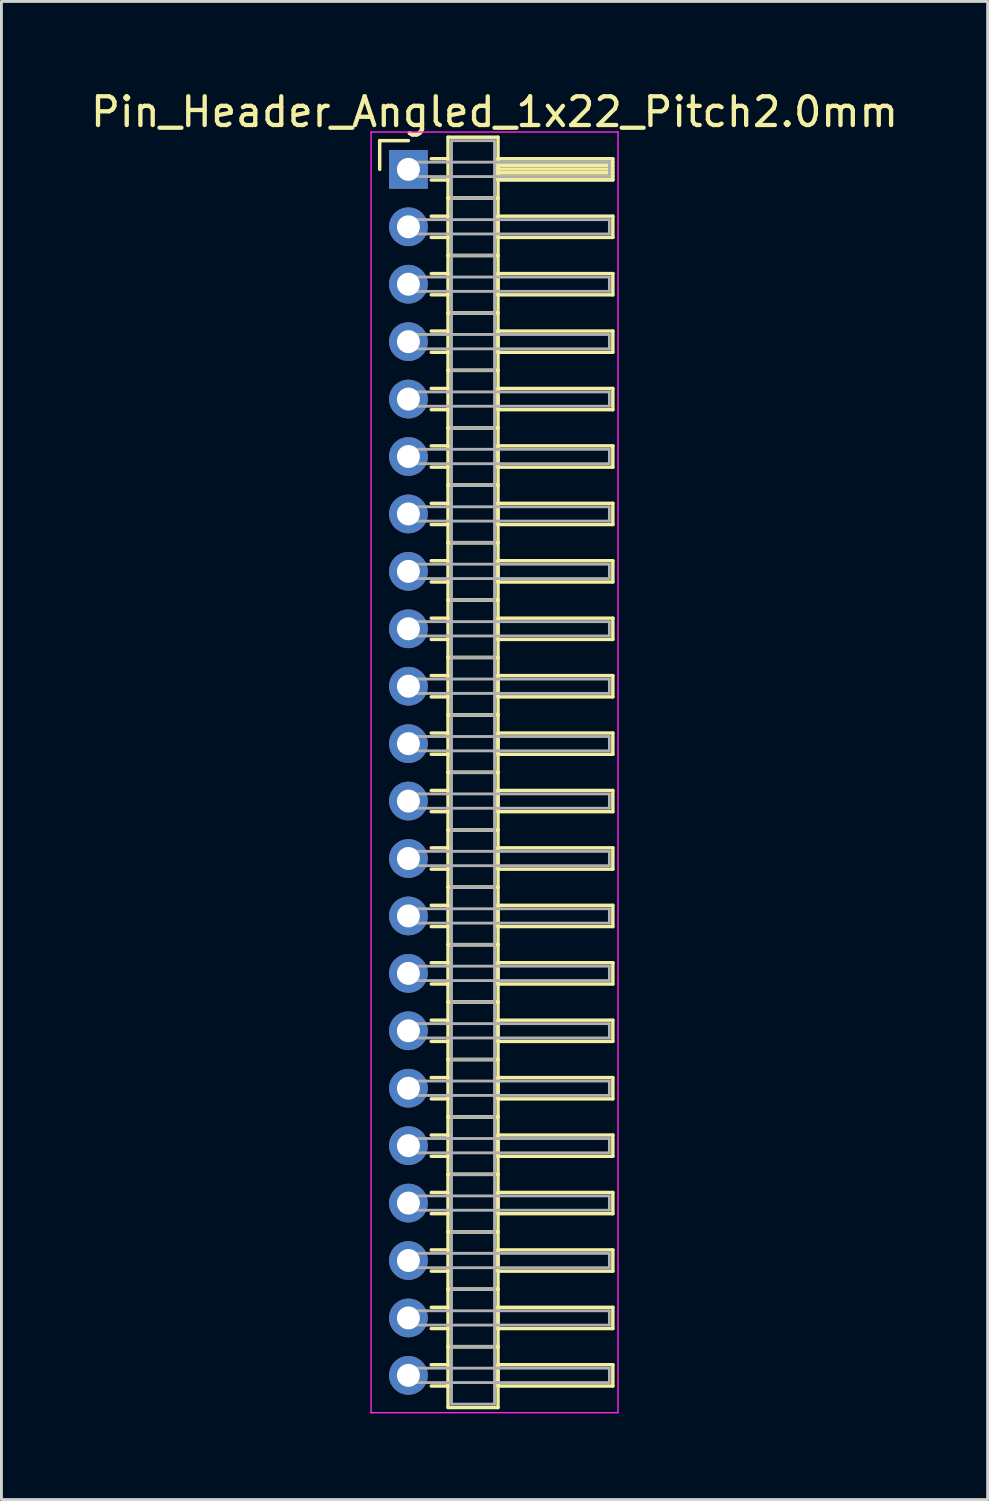
<source format=kicad_pcb>
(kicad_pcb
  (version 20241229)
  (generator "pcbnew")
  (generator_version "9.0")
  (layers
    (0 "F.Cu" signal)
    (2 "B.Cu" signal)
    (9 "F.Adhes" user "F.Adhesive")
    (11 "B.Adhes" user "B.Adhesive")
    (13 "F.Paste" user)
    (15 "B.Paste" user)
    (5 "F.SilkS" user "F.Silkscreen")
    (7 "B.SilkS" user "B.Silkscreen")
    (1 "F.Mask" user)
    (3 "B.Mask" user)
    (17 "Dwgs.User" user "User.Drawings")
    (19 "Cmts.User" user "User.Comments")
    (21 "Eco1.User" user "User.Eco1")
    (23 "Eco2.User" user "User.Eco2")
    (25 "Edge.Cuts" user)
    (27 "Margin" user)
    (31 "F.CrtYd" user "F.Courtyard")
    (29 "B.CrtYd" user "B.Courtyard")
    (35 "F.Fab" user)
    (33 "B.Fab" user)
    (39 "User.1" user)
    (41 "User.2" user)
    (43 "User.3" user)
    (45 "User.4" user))
  (footprint "Pin_Header_Angled_1x22_Pitch2.0mm"
    (layer "F.Cu")
    (at 11.173 2.848)
    (property "Reference" "Pin_Header_Angled_1x22_Pitch2.0mm" (at 3 -2 0) (layer "F.SilkS") (effects (font (size 1 1) (thickness 0.15))))
    (attr through_hole)
    (fp_line (start -1 -1) (end 0 -1) (stroke (width 0.12) (type solid)) (layer "F.SilkS"))
    (fp_line (start -1 0) (end -1 -1) (stroke (width 0.12) (type solid)) (layer "F.SilkS"))
    (fp_line (start 0.795 -0.37) (end 1.38 -0.37) (stroke (width 0.12) (type solid)) (layer "F.SilkS"))
    (fp_line (start 0.795 0.37) (end 1.38 0.37) (stroke (width 0.12) (type solid)) (layer "F.SilkS"))
    (fp_line (start 0.795 1.63) (end 1.38 1.63) (stroke (width 0.12) (type solid)) (layer "F.SilkS"))
    (fp_line (start 0.795 2.37) (end 1.38 2.37) (stroke (width 0.12) (type solid)) (layer "F.SilkS"))
    (fp_line (start 0.795 3.63) (end 1.38 3.63) (stroke (width 0.12) (type solid)) (layer "F.SilkS"))
    (fp_line (start 0.795 4.37) (end 1.38 4.37) (stroke (width 0.12) (type solid)) (layer "F.SilkS"))
    (fp_line (start 0.795 5.63) (end 1.38 5.63) (stroke (width 0.12) (type solid)) (layer "F.SilkS"))
    (fp_line (start 0.795 6.37) (end 1.38 6.37) (stroke (width 0.12) (type solid)) (layer "F.SilkS"))
    (fp_line (start 0.795 7.63) (end 1.38 7.63) (stroke (width 0.12) (type solid)) (layer "F.SilkS"))
    (fp_line (start 0.795 8.37) (end 1.38 8.37) (stroke (width 0.12) (type solid)) (layer "F.SilkS"))
    (fp_line (start 0.795 9.63) (end 1.38 9.63) (stroke (width 0.12) (type solid)) (layer "F.SilkS"))
    (fp_line (start 0.795 10.37) (end 1.38 10.37) (stroke (width 0.12) (type solid)) (layer "F.SilkS"))
    (fp_line (start 0.795 11.63) (end 1.38 11.63) (stroke (width 0.12) (type solid)) (layer "F.SilkS"))
    (fp_line (start 0.795 12.37) (end 1.38 12.37) (stroke (width 0.12) (type solid)) (layer "F.SilkS"))
    (fp_line (start 0.795 13.63) (end 1.38 13.63) (stroke (width 0.12) (type solid)) (layer "F.SilkS"))
    (fp_line (start 0.795 14.37) (end 1.38 14.37) (stroke (width 0.12) (type solid)) (layer "F.SilkS"))
    (fp_line (start 0.795 15.63) (end 1.38 15.63) (stroke (width 0.12) (type solid)) (layer "F.SilkS"))
    (fp_line (start 0.795 16.37) (end 1.38 16.37) (stroke (width 0.12) (type solid)) (layer "F.SilkS"))
    (fp_line (start 0.795 17.63) (end 1.38 17.63) (stroke (width 0.12) (type solid)) (layer "F.SilkS"))
    (fp_line (start 0.795 18.37) (end 1.38 18.37) (stroke (width 0.12) (type solid)) (layer "F.SilkS"))
    (fp_line (start 0.795 19.63) (end 1.38 19.63) (stroke (width 0.12) (type solid)) (layer "F.SilkS"))
    (fp_line (start 0.795 20.37) (end 1.38 20.37) (stroke (width 0.12) (type solid)) (layer "F.SilkS"))
    (fp_line (start 0.795 21.63) (end 1.38 21.63) (stroke (width 0.12) (type solid)) (layer "F.SilkS"))
    (fp_line (start 0.795 22.37) (end 1.38 22.37) (stroke (width 0.12) (type solid)) (layer "F.SilkS"))
    (fp_line (start 0.795 23.63) (end 1.38 23.63) (stroke (width 0.12) (type solid)) (layer "F.SilkS"))
    (fp_line (start 0.795 24.37) (end 1.38 24.37) (stroke (width 0.12) (type solid)) (layer "F.SilkS"))
    (fp_line (start 0.795 25.63) (end 1.38 25.63) (stroke (width 0.12) (type solid)) (layer "F.SilkS"))
    (fp_line (start 0.795 26.37) (end 1.38 26.37) (stroke (width 0.12) (type solid)) (layer "F.SilkS"))
    (fp_line (start 0.795 27.63) (end 1.38 27.63) (stroke (width 0.12) (type solid)) (layer "F.SilkS"))
    (fp_line (start 0.795 28.37) (end 1.38 28.37) (stroke (width 0.12) (type solid)) (layer "F.SilkS"))
    (fp_line (start 0.795 29.63) (end 1.38 29.63) (stroke (width 0.12) (type solid)) (layer "F.SilkS"))
    (fp_line (start 0.795 30.37) (end 1.38 30.37) (stroke (width 0.12) (type solid)) (layer "F.SilkS"))
    (fp_line (start 0.795 31.63) (end 1.38 31.63) (stroke (width 0.12) (type solid)) (layer "F.SilkS"))
    (fp_line (start 0.795 32.37) (end 1.38 32.37) (stroke (width 0.12) (type solid)) (layer "F.SilkS"))
    (fp_line (start 0.795 33.63) (end 1.38 33.63) (stroke (width 0.12) (type solid)) (layer "F.SilkS"))
    (fp_line (start 0.795 34.37) (end 1.38 34.37) (stroke (width 0.12) (type solid)) (layer "F.SilkS"))
    (fp_line (start 0.795 35.63) (end 1.38 35.63) (stroke (width 0.12) (type solid)) (layer "F.SilkS"))
    (fp_line (start 0.795 36.37) (end 1.38 36.37) (stroke (width 0.12) (type solid)) (layer "F.SilkS"))
    (fp_line (start 0.795 37.63) (end 1.38 37.63) (stroke (width 0.12) (type solid)) (layer "F.SilkS"))
    (fp_line (start 0.795 38.37) (end 1.38 38.37) (stroke (width 0.12) (type solid)) (layer "F.SilkS"))
    (fp_line (start 0.795 39.63) (end 1.38 39.63) (stroke (width 0.12) (type solid)) (layer "F.SilkS"))
    (fp_line (start 0.795 40.37) (end 1.38 40.37) (stroke (width 0.12) (type solid)) (layer "F.SilkS"))
    (fp_line (start 0.795 41.63) (end 1.38 41.63) (stroke (width 0.12) (type solid)) (layer "F.SilkS"))
    (fp_line (start 0.795 42.37) (end 1.38 42.37) (stroke (width 0.12) (type solid)) (layer "F.SilkS"))
    (fp_line (start 1.38 -1.12) (end 1.38 1) (stroke (width 0.12) (type solid)) (layer "F.SilkS"))
    (fp_line (start 1.38 1) (end 1.38 3) (stroke (width 0.12) (type solid)) (layer "F.SilkS"))
    (fp_line (start 1.38 1) (end 3.12 1) (stroke (width 0.12) (type solid)) (layer "F.SilkS"))
    (fp_line (start 1.38 3) (end 1.38 5) (stroke (width 0.12) (type solid)) (layer "F.SilkS"))
    (fp_line (start 1.38 3) (end 3.12 3) (stroke (width 0.12) (type solid)) (layer "F.SilkS"))
    (fp_line (start 1.38 5) (end 1.38 7) (stroke (width 0.12) (type solid)) (layer "F.SilkS"))
    (fp_line (start 1.38 5) (end 3.12 5) (stroke (width 0.12) (type solid)) (layer "F.SilkS"))
    (fp_line (start 1.38 7) (end 1.38 9) (stroke (width 0.12) (type solid)) (layer "F.SilkS"))
    (fp_line (start 1.38 7) (end 3.12 7) (stroke (width 0.12) (type solid)) (layer "F.SilkS"))
    (fp_line (start 1.38 9) (end 1.38 11) (stroke (width 0.12) (type solid)) (layer "F.SilkS"))
    (fp_line (start 1.38 9) (end 3.12 9) (stroke (width 0.12) (type solid)) (layer "F.SilkS"))
    (fp_line (start 1.38 11) (end 1.38 13) (stroke (width 0.12) (type solid)) (layer "F.SilkS"))
    (fp_line (start 1.38 11) (end 3.12 11) (stroke (width 0.12) (type solid)) (layer "F.SilkS"))
    (fp_line (start 1.38 13) (end 1.38 15) (stroke (width 0.12) (type solid)) (layer "F.SilkS"))
    (fp_line (start 1.38 13) (end 3.12 13) (stroke (width 0.12) (type solid)) (layer "F.SilkS"))
    (fp_line (start 1.38 15) (end 1.38 17) (stroke (width 0.12) (type solid)) (layer "F.SilkS"))
    (fp_line (start 1.38 15) (end 3.12 15) (stroke (width 0.12) (type solid)) (layer "F.SilkS"))
    (fp_line (start 1.38 17) (end 1.38 19) (stroke (width 0.12) (type solid)) (layer "F.SilkS"))
    (fp_line (start 1.38 17) (end 3.12 17) (stroke (width 0.12) (type solid)) (layer "F.SilkS"))
    (fp_line (start 1.38 19) (end 1.38 21) (stroke (width 0.12) (type solid)) (layer "F.SilkS"))
    (fp_line (start 1.38 19) (end 3.12 19) (stroke (width 0.12) (type solid)) (layer "F.SilkS"))
    (fp_line (start 1.38 21) (end 1.38 23) (stroke (width 0.12) (type solid)) (layer "F.SilkS"))
    (fp_line (start 1.38 21) (end 3.12 21) (stroke (width 0.12) (type solid)) (layer "F.SilkS"))
    (fp_line (start 1.38 23) (end 1.38 25) (stroke (width 0.12) (type solid)) (layer "F.SilkS"))
    (fp_line (start 1.38 23) (end 3.12 23) (stroke (width 0.12) (type solid)) (layer "F.SilkS"))
    (fp_line (start 1.38 25) (end 1.38 27) (stroke (width 0.12) (type solid)) (layer "F.SilkS"))
    (fp_line (start 1.38 25) (end 3.12 25) (stroke (width 0.12) (type solid)) (layer "F.SilkS"))
    (fp_line (start 1.38 27) (end 1.38 29) (stroke (width 0.12) (type solid)) (layer "F.SilkS"))
    (fp_line (start 1.38 27) (end 3.12 27) (stroke (width 0.12) (type solid)) (layer "F.SilkS"))
    (fp_line (start 1.38 29) (end 1.38 31) (stroke (width 0.12) (type solid)) (layer "F.SilkS"))
    (fp_line (start 1.38 29) (end 3.12 29) (stroke (width 0.12) (type solid)) (layer "F.SilkS"))
    (fp_line (start 1.38 31) (end 1.38 33) (stroke (width 0.12) (type solid)) (layer "F.SilkS"))
    (fp_line (start 1.38 31) (end 3.12 31) (stroke (width 0.12) (type solid)) (layer "F.SilkS"))
    (fp_line (start 1.38 33) (end 1.38 35) (stroke (width 0.12) (type solid)) (layer "F.SilkS"))
    (fp_line (start 1.38 33) (end 3.12 33) (stroke (width 0.12) (type solid)) (layer "F.SilkS"))
    (fp_line (start 1.38 35) (end 1.38 37) (stroke (width 0.12) (type solid)) (layer "F.SilkS"))
    (fp_line (start 1.38 35) (end 3.12 35) (stroke (width 0.12) (type solid)) (layer "F.SilkS"))
    (fp_line (start 1.38 37) (end 1.38 39) (stroke (width 0.12) (type solid)) (layer "F.SilkS"))
    (fp_line (start 1.38 37) (end 3.12 37) (stroke (width 0.12) (type solid)) (layer "F.SilkS"))
    (fp_line (start 1.38 39) (end 1.38 41) (stroke (width 0.12) (type solid)) (layer "F.SilkS"))
    (fp_line (start 1.38 39) (end 3.12 39) (stroke (width 0.12) (type solid)) (layer "F.SilkS"))
    (fp_line (start 1.38 41) (end 1.38 43.12) (stroke (width 0.12) (type solid)) (layer "F.SilkS"))
    (fp_line (start 1.38 41) (end 3.12 41) (stroke (width 0.12) (type solid)) (layer "F.SilkS"))
    (fp_line (start 1.38 43.12) (end 3.12 43.12) (stroke (width 0.12) (type solid)) (layer "F.SilkS"))
    (fp_line (start 3.12 -1.12) (end 1.38 -1.12) (stroke (width 0.12) (type solid)) (layer "F.SilkS"))
    (fp_line (start 3.12 -0.37) (end 3.12 0.37) (stroke (width 0.12) (type solid)) (layer "F.SilkS"))
    (fp_line (start 3.12 -0.25) (end 7.12 -0.25) (stroke (width 0.12) (type solid)) (layer "F.SilkS"))
    (fp_line (start 3.12 -0.13) (end 7.12 -0.13) (stroke (width 0.12) (type solid)) (layer "F.SilkS"))
    (fp_line (start 3.12 -0.01) (end 7.12 -0.01) (stroke (width 0.12) (type solid)) (layer "F.SilkS"))
    (fp_line (start 3.12 0.11) (end 7.12 0.11) (stroke (width 0.12) (type solid)) (layer "F.SilkS"))
    (fp_line (start 3.12 0.23) (end 7.12 0.23) (stroke (width 0.12) (type solid)) (layer "F.SilkS"))
    (fp_line (start 3.12 0.35) (end 7.12 0.35) (stroke (width 0.12) (type solid)) (layer "F.SilkS"))
    (fp_line (start 3.12 0.37) (end 7.12 0.37) (stroke (width 0.12) (type solid)) (layer "F.SilkS"))
    (fp_line (start 3.12 1) (end 1.38 1) (stroke (width 0.12) (type solid)) (layer "F.SilkS"))
    (fp_line (start 3.12 1) (end 3.12 -1.12) (stroke (width 0.12) (type solid)) (layer "F.SilkS"))
    (fp_line (start 3.12 1.63) (end 3.12 2.37) (stroke (width 0.12) (type solid)) (layer "F.SilkS"))
    (fp_line (start 3.12 2.37) (end 7.12 2.37) (stroke (width 0.12) (type solid)) (layer "F.SilkS"))
    (fp_line (start 3.12 3) (end 1.38 3) (stroke (width 0.12) (type solid)) (layer "F.SilkS"))
    (fp_line (start 3.12 3) (end 3.12 1) (stroke (width 0.12) (type solid)) (layer "F.SilkS"))
    (fp_line (start 3.12 3.63) (end 3.12 4.37) (stroke (width 0.12) (type solid)) (layer "F.SilkS"))
    (fp_line (start 3.12 4.37) (end 7.12 4.37) (stroke (width 0.12) (type solid)) (layer "F.SilkS"))
    (fp_line (start 3.12 5) (end 1.38 5) (stroke (width 0.12) (type solid)) (layer "F.SilkS"))
    (fp_line (start 3.12 5) (end 3.12 3) (stroke (width 0.12) (type solid)) (layer "F.SilkS"))
    (fp_line (start 3.12 5.63) (end 3.12 6.37) (stroke (width 0.12) (type solid)) (layer "F.SilkS"))
    (fp_line (start 3.12 6.37) (end 7.12 6.37) (stroke (width 0.12) (type solid)) (layer "F.SilkS"))
    (fp_line (start 3.12 7) (end 1.38 7) (stroke (width 0.12) (type solid)) (layer "F.SilkS"))
    (fp_line (start 3.12 7) (end 3.12 5) (stroke (width 0.12) (type solid)) (layer "F.SilkS"))
    (fp_line (start 3.12 7.63) (end 3.12 8.37) (stroke (width 0.12) (type solid)) (layer "F.SilkS"))
    (fp_line (start 3.12 8.37) (end 7.12 8.37) (stroke (width 0.12) (type solid)) (layer "F.SilkS"))
    (fp_line (start 3.12 9) (end 1.38 9) (stroke (width 0.12) (type solid)) (layer "F.SilkS"))
    (fp_line (start 3.12 9) (end 3.12 7) (stroke (width 0.12) (type solid)) (layer "F.SilkS"))
    (fp_line (start 3.12 9.63) (end 3.12 10.37) (stroke (width 0.12) (type solid)) (layer "F.SilkS"))
    (fp_line (start 3.12 10.37) (end 7.12 10.37) (stroke (width 0.12) (type solid)) (layer "F.SilkS"))
    (fp_line (start 3.12 11) (end 1.38 11) (stroke (width 0.12) (type solid)) (layer "F.SilkS"))
    (fp_line (start 3.12 11) (end 3.12 9) (stroke (width 0.12) (type solid)) (layer "F.SilkS"))
    (fp_line (start 3.12 11.63) (end 3.12 12.37) (stroke (width 0.12) (type solid)) (layer "F.SilkS"))
    (fp_line (start 3.12 12.37) (end 7.12 12.37) (stroke (width 0.12) (type solid)) (layer "F.SilkS"))
    (fp_line (start 3.12 13) (end 1.38 13) (stroke (width 0.12) (type solid)) (layer "F.SilkS"))
    (fp_line (start 3.12 13) (end 3.12 11) (stroke (width 0.12) (type solid)) (layer "F.SilkS"))
    (fp_line (start 3.12 13.63) (end 3.12 14.37) (stroke (width 0.12) (type solid)) (layer "F.SilkS"))
    (fp_line (start 3.12 14.37) (end 7.12 14.37) (stroke (width 0.12) (type solid)) (layer "F.SilkS"))
    (fp_line (start 3.12 15) (end 1.38 15) (stroke (width 0.12) (type solid)) (layer "F.SilkS"))
    (fp_line (start 3.12 15) (end 3.12 13) (stroke (width 0.12) (type solid)) (layer "F.SilkS"))
    (fp_line (start 3.12 15.63) (end 3.12 16.37) (stroke (width 0.12) (type solid)) (layer "F.SilkS"))
    (fp_line (start 3.12 16.37) (end 7.12 16.37) (stroke (width 0.12) (type solid)) (layer "F.SilkS"))
    (fp_line (start 3.12 17) (end 1.38 17) (stroke (width 0.12) (type solid)) (layer "F.SilkS"))
    (fp_line (start 3.12 17) (end 3.12 15) (stroke (width 0.12) (type solid)) (layer "F.SilkS"))
    (fp_line (start 3.12 17.63) (end 3.12 18.37) (stroke (width 0.12) (type solid)) (layer "F.SilkS"))
    (fp_line (start 3.12 18.37) (end 7.12 18.37) (stroke (width 0.12) (type solid)) (layer "F.SilkS"))
    (fp_line (start 3.12 19) (end 1.38 19) (stroke (width 0.12) (type solid)) (layer "F.SilkS"))
    (fp_line (start 3.12 19) (end 3.12 17) (stroke (width 0.12) (type solid)) (layer "F.SilkS"))
    (fp_line (start 3.12 19.63) (end 3.12 20.37) (stroke (width 0.12) (type solid)) (layer "F.SilkS"))
    (fp_line (start 3.12 20.37) (end 7.12 20.37) (stroke (width 0.12) (type solid)) (layer "F.SilkS"))
    (fp_line (start 3.12 21) (end 1.38 21) (stroke (width 0.12) (type solid)) (layer "F.SilkS"))
    (fp_line (start 3.12 21) (end 3.12 19) (stroke (width 0.12) (type solid)) (layer "F.SilkS"))
    (fp_line (start 3.12 21.63) (end 3.12 22.37) (stroke (width 0.12) (type solid)) (layer "F.SilkS"))
    (fp_line (start 3.12 22.37) (end 7.12 22.37) (stroke (width 0.12) (type solid)) (layer "F.SilkS"))
    (fp_line (start 3.12 23) (end 1.38 23) (stroke (width 0.12) (type solid)) (layer "F.SilkS"))
    (fp_line (start 3.12 23) (end 3.12 21) (stroke (width 0.12) (type solid)) (layer "F.SilkS"))
    (fp_line (start 3.12 23.63) (end 3.12 24.37) (stroke (width 0.12) (type solid)) (layer "F.SilkS"))
    (fp_line (start 3.12 24.37) (end 7.12 24.37) (stroke (width 0.12) (type solid)) (layer "F.SilkS"))
    (fp_line (start 3.12 25) (end 1.38 25) (stroke (width 0.12) (type solid)) (layer "F.SilkS"))
    (fp_line (start 3.12 25) (end 3.12 23) (stroke (width 0.12) (type solid)) (layer "F.SilkS"))
    (fp_line (start 3.12 25.63) (end 3.12 26.37) (stroke (width 0.12) (type solid)) (layer "F.SilkS"))
    (fp_line (start 3.12 26.37) (end 7.12 26.37) (stroke (width 0.12) (type solid)) (layer "F.SilkS"))
    (fp_line (start 3.12 27) (end 1.38 27) (stroke (width 0.12) (type solid)) (layer "F.SilkS"))
    (fp_line (start 3.12 27) (end 3.12 25) (stroke (width 0.12) (type solid)) (layer "F.SilkS"))
    (fp_line (start 3.12 27.63) (end 3.12 28.37) (stroke (width 0.12) (type solid)) (layer "F.SilkS"))
    (fp_line (start 3.12 28.37) (end 7.12 28.37) (stroke (width 0.12) (type solid)) (layer "F.SilkS"))
    (fp_line (start 3.12 29) (end 1.38 29) (stroke (width 0.12) (type solid)) (layer "F.SilkS"))
    (fp_line (start 3.12 29) (end 3.12 27) (stroke (width 0.12) (type solid)) (layer "F.SilkS"))
    (fp_line (start 3.12 29.63) (end 3.12 30.37) (stroke (width 0.12) (type solid)) (layer "F.SilkS"))
    (fp_line (start 3.12 30.37) (end 7.12 30.37) (stroke (width 0.12) (type solid)) (layer "F.SilkS"))
    (fp_line (start 3.12 31) (end 1.38 31) (stroke (width 0.12) (type solid)) (layer "F.SilkS"))
    (fp_line (start 3.12 31) (end 3.12 29) (stroke (width 0.12) (type solid)) (layer "F.SilkS"))
    (fp_line (start 3.12 31.63) (end 3.12 32.37) (stroke (width 0.12) (type solid)) (layer "F.SilkS"))
    (fp_line (start 3.12 32.37) (end 7.12 32.37) (stroke (width 0.12) (type solid)) (layer "F.SilkS"))
    (fp_line (start 3.12 33) (end 1.38 33) (stroke (width 0.12) (type solid)) (layer "F.SilkS"))
    (fp_line (start 3.12 33) (end 3.12 31) (stroke (width 0.12) (type solid)) (layer "F.SilkS"))
    (fp_line (start 3.12 33.63) (end 3.12 34.37) (stroke (width 0.12) (type solid)) (layer "F.SilkS"))
    (fp_line (start 3.12 34.37) (end 7.12 34.37) (stroke (width 0.12) (type solid)) (layer "F.SilkS"))
    (fp_line (start 3.12 35) (end 1.38 35) (stroke (width 0.12) (type solid)) (layer "F.SilkS"))
    (fp_line (start 3.12 35) (end 3.12 33) (stroke (width 0.12) (type solid)) (layer "F.SilkS"))
    (fp_line (start 3.12 35.63) (end 3.12 36.37) (stroke (width 0.12) (type solid)) (layer "F.SilkS"))
    (fp_line (start 3.12 36.37) (end 7.12 36.37) (stroke (width 0.12) (type solid)) (layer "F.SilkS"))
    (fp_line (start 3.12 37) (end 1.38 37) (stroke (width 0.12) (type solid)) (layer "F.SilkS"))
    (fp_line (start 3.12 37) (end 3.12 35) (stroke (width 0.12) (type solid)) (layer "F.SilkS"))
    (fp_line (start 3.12 37.63) (end 3.12 38.37) (stroke (width 0.12) (type solid)) (layer "F.SilkS"))
    (fp_line (start 3.12 38.37) (end 7.12 38.37) (stroke (width 0.12) (type solid)) (layer "F.SilkS"))
    (fp_line (start 3.12 39) (end 1.38 39) (stroke (width 0.12) (type solid)) (layer "F.SilkS"))
    (fp_line (start 3.12 39) (end 3.12 37) (stroke (width 0.12) (type solid)) (layer "F.SilkS"))
    (fp_line (start 3.12 39.63) (end 3.12 40.37) (stroke (width 0.12) (type solid)) (layer "F.SilkS"))
    (fp_line (start 3.12 40.37) (end 7.12 40.37) (stroke (width 0.12) (type solid)) (layer "F.SilkS"))
    (fp_line (start 3.12 41) (end 1.38 41) (stroke (width 0.12) (type solid)) (layer "F.SilkS"))
    (fp_line (start 3.12 41) (end 3.12 39) (stroke (width 0.12) (type solid)) (layer "F.SilkS"))
    (fp_line (start 3.12 41.63) (end 3.12 42.37) (stroke (width 0.12) (type solid)) (layer "F.SilkS"))
    (fp_line (start 3.12 42.37) (end 7.12 42.37) (stroke (width 0.12) (type solid)) (layer "F.SilkS"))
    (fp_line (start 3.12 43.12) (end 3.12 41) (stroke (width 0.12) (type solid)) (layer "F.SilkS"))
    (fp_line (start 7.12 -0.37) (end 3.12 -0.37) (stroke (width 0.12) (type solid)) (layer "F.SilkS"))
    (fp_line (start 7.12 0.37) (end 7.12 -0.37) (stroke (width 0.12) (type solid)) (layer "F.SilkS"))
    (fp_line (start 7.12 1.63) (end 3.12 1.63) (stroke (width 0.12) (type solid)) (layer "F.SilkS"))
    (fp_line (start 7.12 2.37) (end 7.12 1.63) (stroke (width 0.12) (type solid)) (layer "F.SilkS"))
    (fp_line (start 7.12 3.63) (end 3.12 3.63) (stroke (width 0.12) (type solid)) (layer "F.SilkS"))
    (fp_line (start 7.12 4.37) (end 7.12 3.63) (stroke (width 0.12) (type solid)) (layer "F.SilkS"))
    (fp_line (start 7.12 5.63) (end 3.12 5.63) (stroke (width 0.12) (type solid)) (layer "F.SilkS"))
    (fp_line (start 7.12 6.37) (end 7.12 5.63) (stroke (width 0.12) (type solid)) (layer "F.SilkS"))
    (fp_line (start 7.12 7.63) (end 3.12 7.63) (stroke (width 0.12) (type solid)) (layer "F.SilkS"))
    (fp_line (start 7.12 8.37) (end 7.12 7.63) (stroke (width 0.12) (type solid)) (layer "F.SilkS"))
    (fp_line (start 7.12 9.63) (end 3.12 9.63) (stroke (width 0.12) (type solid)) (layer "F.SilkS"))
    (fp_line (start 7.12 10.37) (end 7.12 9.63) (stroke (width 0.12) (type solid)) (layer "F.SilkS"))
    (fp_line (start 7.12 11.63) (end 3.12 11.63) (stroke (width 0.12) (type solid)) (layer "F.SilkS"))
    (fp_line (start 7.12 12.37) (end 7.12 11.63) (stroke (width 0.12) (type solid)) (layer "F.SilkS"))
    (fp_line (start 7.12 13.63) (end 3.12 13.63) (stroke (width 0.12) (type solid)) (layer "F.SilkS"))
    (fp_line (start 7.12 14.37) (end 7.12 13.63) (stroke (width 0.12) (type solid)) (layer "F.SilkS"))
    (fp_line (start 7.12 15.63) (end 3.12 15.63) (stroke (width 0.12) (type solid)) (layer "F.SilkS"))
    (fp_line (start 7.12 16.37) (end 7.12 15.63) (stroke (width 0.12) (type solid)) (layer "F.SilkS"))
    (fp_line (start 7.12 17.63) (end 3.12 17.63) (stroke (width 0.12) (type solid)) (layer "F.SilkS"))
    (fp_line (start 7.12 18.37) (end 7.12 17.63) (stroke (width 0.12) (type solid)) (layer "F.SilkS"))
    (fp_line (start 7.12 19.63) (end 3.12 19.63) (stroke (width 0.12) (type solid)) (layer "F.SilkS"))
    (fp_line (start 7.12 20.37) (end 7.12 19.63) (stroke (width 0.12) (type solid)) (layer "F.SilkS"))
    (fp_line (start 7.12 21.63) (end 3.12 21.63) (stroke (width 0.12) (type solid)) (layer "F.SilkS"))
    (fp_line (start 7.12 22.37) (end 7.12 21.63) (stroke (width 0.12) (type solid)) (layer "F.SilkS"))
    (fp_line (start 7.12 23.63) (end 3.12 23.63) (stroke (width 0.12) (type solid)) (layer "F.SilkS"))
    (fp_line (start 7.12 24.37) (end 7.12 23.63) (stroke (width 0.12) (type solid)) (layer "F.SilkS"))
    (fp_line (start 7.12 25.63) (end 3.12 25.63) (stroke (width 0.12) (type solid)) (layer "F.SilkS"))
    (fp_line (start 7.12 26.37) (end 7.12 25.63) (stroke (width 0.12) (type solid)) (layer "F.SilkS"))
    (fp_line (start 7.12 27.63) (end 3.12 27.63) (stroke (width 0.12) (type solid)) (layer "F.SilkS"))
    (fp_line (start 7.12 28.37) (end 7.12 27.63) (stroke (width 0.12) (type solid)) (layer "F.SilkS"))
    (fp_line (start 7.12 29.63) (end 3.12 29.63) (stroke (width 0.12) (type solid)) (layer "F.SilkS"))
    (fp_line (start 7.12 30.37) (end 7.12 29.63) (stroke (width 0.12) (type solid)) (layer "F.SilkS"))
    (fp_line (start 7.12 31.63) (end 3.12 31.63) (stroke (width 0.12) (type solid)) (layer "F.SilkS"))
    (fp_line (start 7.12 32.37) (end 7.12 31.63) (stroke (width 0.12) (type solid)) (layer "F.SilkS"))
    (fp_line (start 7.12 33.63) (end 3.12 33.63) (stroke (width 0.12) (type solid)) (layer "F.SilkS"))
    (fp_line (start 7.12 34.37) (end 7.12 33.63) (stroke (width 0.12) (type solid)) (layer "F.SilkS"))
    (fp_line (start 7.12 35.63) (end 3.12 35.63) (stroke (width 0.12) (type solid)) (layer "F.SilkS"))
    (fp_line (start 7.12 36.37) (end 7.12 35.63) (stroke (width 0.12) (type solid)) (layer "F.SilkS"))
    (fp_line (start 7.12 37.63) (end 3.12 37.63) (stroke (width 0.12) (type solid)) (layer "F.SilkS"))
    (fp_line (start 7.12 38.37) (end 7.12 37.63) (stroke (width 0.12) (type solid)) (layer "F.SilkS"))
    (fp_line (start 7.12 39.63) (end 3.12 39.63) (stroke (width 0.12) (type solid)) (layer "F.SilkS"))
    (fp_line (start 7.12 40.37) (end 7.12 39.63) (stroke (width 0.12) (type solid)) (layer "F.SilkS"))
    (fp_line (start 7.12 41.63) (end 3.12 41.63) (stroke (width 0.12) (type solid)) (layer "F.SilkS"))
    (fp_line (start 7.12 42.37) (end 7.12 41.63) (stroke (width 0.12) (type solid)) (layer "F.SilkS"))
    (fp_line (start -1.3 -1.3) (end -1.3 43.3) (stroke (width 0.05) (type solid)) (layer "F.CrtYd"))
    (fp_line (start -1.3 43.3) (end 7.3 43.3) (stroke (width 0.05) (type solid)) (layer "F.CrtYd"))
    (fp_line (start 7.3 -1.3) (end -1.3 -1.3) (stroke (width 0.05) (type solid)) (layer "F.CrtYd"))
    (fp_line (start 7.3 43.3) (end 7.3 -1.3) (stroke (width 0.05) (type solid)) (layer "F.CrtYd"))
    (fp_line (start 0 -0.25) (end 0 0.25) (stroke (width 0.1) (type solid)) (layer "F.Fab"))
    (fp_line (start 0 0.25) (end 7 0.25) (stroke (width 0.1) (type solid)) (layer "F.Fab"))
    (fp_line (start 0 1.75) (end 0 2.25) (stroke (width 0.1) (type solid)) (layer "F.Fab"))
    (fp_line (start 0 2.25) (end 7 2.25) (stroke (width 0.1) (type solid)) (layer "F.Fab"))
    (fp_line (start 0 3.75) (end 0 4.25) (stroke (width 0.1) (type solid)) (layer "F.Fab"))
    (fp_line (start 0 4.25) (end 7 4.25) (stroke (width 0.1) (type solid)) (layer "F.Fab"))
    (fp_line (start 0 5.75) (end 0 6.25) (stroke (width 0.1) (type solid)) (layer "F.Fab"))
    (fp_line (start 0 6.25) (end 7 6.25) (stroke (width 0.1) (type solid)) (layer "F.Fab"))
    (fp_line (start 0 7.75) (end 0 8.25) (stroke (width 0.1) (type solid)) (layer "F.Fab"))
    (fp_line (start 0 8.25) (end 7 8.25) (stroke (width 0.1) (type solid)) (layer "F.Fab"))
    (fp_line (start 0 9.75) (end 0 10.25) (stroke (width 0.1) (type solid)) (layer "F.Fab"))
    (fp_line (start 0 10.25) (end 7 10.25) (stroke (width 0.1) (type solid)) (layer "F.Fab"))
    (fp_line (start 0 11.75) (end 0 12.25) (stroke (width 0.1) (type solid)) (layer "F.Fab"))
    (fp_line (start 0 12.25) (end 7 12.25) (stroke (width 0.1) (type solid)) (layer "F.Fab"))
    (fp_line (start 0 13.75) (end 0 14.25) (stroke (width 0.1) (type solid)) (layer "F.Fab"))
    (fp_line (start 0 14.25) (end 7 14.25) (stroke (width 0.1) (type solid)) (layer "F.Fab"))
    (fp_line (start 0 15.75) (end 0 16.25) (stroke (width 0.1) (type solid)) (layer "F.Fab"))
    (fp_line (start 0 16.25) (end 7 16.25) (stroke (width 0.1) (type solid)) (layer "F.Fab"))
    (fp_line (start 0 17.75) (end 0 18.25) (stroke (width 0.1) (type solid)) (layer "F.Fab"))
    (fp_line (start 0 18.25) (end 7 18.25) (stroke (width 0.1) (type solid)) (layer "F.Fab"))
    (fp_line (start 0 19.75) (end 0 20.25) (stroke (width 0.1) (type solid)) (layer "F.Fab"))
    (fp_line (start 0 20.25) (end 7 20.25) (stroke (width 0.1) (type solid)) (layer "F.Fab"))
    (fp_line (start 0 21.75) (end 0 22.25) (stroke (width 0.1) (type solid)) (layer "F.Fab"))
    (fp_line (start 0 22.25) (end 7 22.25) (stroke (width 0.1) (type solid)) (layer "F.Fab"))
    (fp_line (start 0 23.75) (end 0 24.25) (stroke (width 0.1) (type solid)) (layer "F.Fab"))
    (fp_line (start 0 24.25) (end 7 24.25) (stroke (width 0.1) (type solid)) (layer "F.Fab"))
    (fp_line (start 0 25.75) (end 0 26.25) (stroke (width 0.1) (type solid)) (layer "F.Fab"))
    (fp_line (start 0 26.25) (end 7 26.25) (stroke (width 0.1) (type solid)) (layer "F.Fab"))
    (fp_line (start 0 27.75) (end 0 28.25) (stroke (width 0.1) (type solid)) (layer "F.Fab"))
    (fp_line (start 0 28.25) (end 7 28.25) (stroke (width 0.1) (type solid)) (layer "F.Fab"))
    (fp_line (start 0 29.75) (end 0 30.25) (stroke (width 0.1) (type solid)) (layer "F.Fab"))
    (fp_line (start 0 30.25) (end 7 30.25) (stroke (width 0.1) (type solid)) (layer "F.Fab"))
    (fp_line (start 0 31.75) (end 0 32.25) (stroke (width 0.1) (type solid)) (layer "F.Fab"))
    (fp_line (start 0 32.25) (end 7 32.25) (stroke (width 0.1) (type solid)) (layer "F.Fab"))
    (fp_line (start 0 33.75) (end 0 34.25) (stroke (width 0.1) (type solid)) (layer "F.Fab"))
    (fp_line (start 0 34.25) (end 7 34.25) (stroke (width 0.1) (type solid)) (layer "F.Fab"))
    (fp_line (start 0 35.75) (end 0 36.25) (stroke (width 0.1) (type solid)) (layer "F.Fab"))
    (fp_line (start 0 36.25) (end 7 36.25) (stroke (width 0.1) (type solid)) (layer "F.Fab"))
    (fp_line (start 0 37.75) (end 0 38.25) (stroke (width 0.1) (type solid)) (layer "F.Fab"))
    (fp_line (start 0 38.25) (end 7 38.25) (stroke (width 0.1) (type solid)) (layer "F.Fab"))
    (fp_line (start 0 39.75) (end 0 40.25) (stroke (width 0.1) (type solid)) (layer "F.Fab"))
    (fp_line (start 0 40.25) (end 7 40.25) (stroke (width 0.1) (type solid)) (layer "F.Fab"))
    (fp_line (start 0 41.75) (end 0 42.25) (stroke (width 0.1) (type solid)) (layer "F.Fab"))
    (fp_line (start 0 42.25) (end 7 42.25) (stroke (width 0.1) (type solid)) (layer "F.Fab"))
    (fp_line (start 1.5 -1) (end 1.5 1) (stroke (width 0.1) (type solid)) (layer "F.Fab"))
    (fp_line (start 1.5 1) (end 1.5 3) (stroke (width 0.1) (type solid)) (layer "F.Fab"))
    (fp_line (start 1.5 1) (end 3 1) (stroke (width 0.1) (type solid)) (layer "F.Fab"))
    (fp_line (start 1.5 3) (end 1.5 5) (stroke (width 0.1) (type solid)) (layer "F.Fab"))
    (fp_line (start 1.5 3) (end 3 3) (stroke (width 0.1) (type solid)) (layer "F.Fab"))
    (fp_line (start 1.5 5) (end 1.5 7) (stroke (width 0.1) (type solid)) (layer "F.Fab"))
    (fp_line (start 1.5 5) (end 3 5) (stroke (width 0.1) (type solid)) (layer "F.Fab"))
    (fp_line (start 1.5 7) (end 1.5 9) (stroke (width 0.1) (type solid)) (layer "F.Fab"))
    (fp_line (start 1.5 7) (end 3 7) (stroke (width 0.1) (type solid)) (layer "F.Fab"))
    (fp_line (start 1.5 9) (end 1.5 11) (stroke (width 0.1) (type solid)) (layer "F.Fab"))
    (fp_line (start 1.5 9) (end 3 9) (stroke (width 0.1) (type solid)) (layer "F.Fab"))
    (fp_line (start 1.5 11) (end 1.5 13) (stroke (width 0.1) (type solid)) (layer "F.Fab"))
    (fp_line (start 1.5 11) (end 3 11) (stroke (width 0.1) (type solid)) (layer "F.Fab"))
    (fp_line (start 1.5 13) (end 1.5 15) (stroke (width 0.1) (type solid)) (layer "F.Fab"))
    (fp_line (start 1.5 13) (end 3 13) (stroke (width 0.1) (type solid)) (layer "F.Fab"))
    (fp_line (start 1.5 15) (end 1.5 17) (stroke (width 0.1) (type solid)) (layer "F.Fab"))
    (fp_line (start 1.5 15) (end 3 15) (stroke (width 0.1) (type solid)) (layer "F.Fab"))
    (fp_line (start 1.5 17) (end 1.5 19) (stroke (width 0.1) (type solid)) (layer "F.Fab"))
    (fp_line (start 1.5 17) (end 3 17) (stroke (width 0.1) (type solid)) (layer "F.Fab"))
    (fp_line (start 1.5 19) (end 1.5 21) (stroke (width 0.1) (type solid)) (layer "F.Fab"))
    (fp_line (start 1.5 19) (end 3 19) (stroke (width 0.1) (type solid)) (layer "F.Fab"))
    (fp_line (start 1.5 21) (end 1.5 23) (stroke (width 0.1) (type solid)) (layer "F.Fab"))
    (fp_line (start 1.5 21) (end 3 21) (stroke (width 0.1) (type solid)) (layer "F.Fab"))
    (fp_line (start 1.5 23) (end 1.5 25) (stroke (width 0.1) (type solid)) (layer "F.Fab"))
    (fp_line (start 1.5 23) (end 3 23) (stroke (width 0.1) (type solid)) (layer "F.Fab"))
    (fp_line (start 1.5 25) (end 1.5 27) (stroke (width 0.1) (type solid)) (layer "F.Fab"))
    (fp_line (start 1.5 25) (end 3 25) (stroke (width 0.1) (type solid)) (layer "F.Fab"))
    (fp_line (start 1.5 27) (end 1.5 29) (stroke (width 0.1) (type solid)) (layer "F.Fab"))
    (fp_line (start 1.5 27) (end 3 27) (stroke (width 0.1) (type solid)) (layer "F.Fab"))
    (fp_line (start 1.5 29) (end 1.5 31) (stroke (width 0.1) (type solid)) (layer "F.Fab"))
    (fp_line (start 1.5 29) (end 3 29) (stroke (width 0.1) (type solid)) (layer "F.Fab"))
    (fp_line (start 1.5 31) (end 1.5 33) (stroke (width 0.1) (type solid)) (layer "F.Fab"))
    (fp_line (start 1.5 31) (end 3 31) (stroke (width 0.1) (type solid)) (layer "F.Fab"))
    (fp_line (start 1.5 33) (end 1.5 35) (stroke (width 0.1) (type solid)) (layer "F.Fab"))
    (fp_line (start 1.5 33) (end 3 33) (stroke (width 0.1) (type solid)) (layer "F.Fab"))
    (fp_line (start 1.5 35) (end 1.5 37) (stroke (width 0.1) (type solid)) (layer "F.Fab"))
    (fp_line (start 1.5 35) (end 3 35) (stroke (width 0.1) (type solid)) (layer "F.Fab"))
    (fp_line (start 1.5 37) (end 1.5 39) (stroke (width 0.1) (type solid)) (layer "F.Fab"))
    (fp_line (start 1.5 37) (end 3 37) (stroke (width 0.1) (type solid)) (layer "F.Fab"))
    (fp_line (start 1.5 39) (end 1.5 41) (stroke (width 0.1) (type solid)) (layer "F.Fab"))
    (fp_line (start 1.5 39) (end 3 39) (stroke (width 0.1) (type solid)) (layer "F.Fab"))
    (fp_line (start 1.5 41) (end 1.5 43) (stroke (width 0.1) (type solid)) (layer "F.Fab"))
    (fp_line (start 1.5 41) (end 3 41) (stroke (width 0.1) (type solid)) (layer "F.Fab"))
    (fp_line (start 1.5 43) (end 3 43) (stroke (width 0.1) (type solid)) (layer "F.Fab"))
    (fp_line (start 3 -1) (end 1.5 -1) (stroke (width 0.1) (type solid)) (layer "F.Fab"))
    (fp_line (start 3 1) (end 1.5 1) (stroke (width 0.1) (type solid)) (layer "F.Fab"))
    (fp_line (start 3 1) (end 3 -1) (stroke (width 0.1) (type solid)) (layer "F.Fab"))
    (fp_line (start 3 3) (end 1.5 3) (stroke (width 0.1) (type solid)) (layer "F.Fab"))
    (fp_line (start 3 3) (end 3 1) (stroke (width 0.1) (type solid)) (layer "F.Fab"))
    (fp_line (start 3 5) (end 1.5 5) (stroke (width 0.1) (type solid)) (layer "F.Fab"))
    (fp_line (start 3 5) (end 3 3) (stroke (width 0.1) (type solid)) (layer "F.Fab"))
    (fp_line (start 3 7) (end 1.5 7) (stroke (width 0.1) (type solid)) (layer "F.Fab"))
    (fp_line (start 3 7) (end 3 5) (stroke (width 0.1) (type solid)) (layer "F.Fab"))
    (fp_line (start 3 9) (end 1.5 9) (stroke (width 0.1) (type solid)) (layer "F.Fab"))
    (fp_line (start 3 9) (end 3 7) (stroke (width 0.1) (type solid)) (layer "F.Fab"))
    (fp_line (start 3 11) (end 1.5 11) (stroke (width 0.1) (type solid)) (layer "F.Fab"))
    (fp_line (start 3 11) (end 3 9) (stroke (width 0.1) (type solid)) (layer "F.Fab"))
    (fp_line (start 3 13) (end 1.5 13) (stroke (width 0.1) (type solid)) (layer "F.Fab"))
    (fp_line (start 3 13) (end 3 11) (stroke (width 0.1) (type solid)) (layer "F.Fab"))
    (fp_line (start 3 15) (end 1.5 15) (stroke (width 0.1) (type solid)) (layer "F.Fab"))
    (fp_line (start 3 15) (end 3 13) (stroke (width 0.1) (type solid)) (layer "F.Fab"))
    (fp_line (start 3 17) (end 1.5 17) (stroke (width 0.1) (type solid)) (layer "F.Fab"))
    (fp_line (start 3 17) (end 3 15) (stroke (width 0.1) (type solid)) (layer "F.Fab"))
    (fp_line (start 3 19) (end 1.5 19) (stroke (width 0.1) (type solid)) (layer "F.Fab"))
    (fp_line (start 3 19) (end 3 17) (stroke (width 0.1) (type solid)) (layer "F.Fab"))
    (fp_line (start 3 21) (end 1.5 21) (stroke (width 0.1) (type solid)) (layer "F.Fab"))
    (fp_line (start 3 21) (end 3 19) (stroke (width 0.1) (type solid)) (layer "F.Fab"))
    (fp_line (start 3 23) (end 1.5 23) (stroke (width 0.1) (type solid)) (layer "F.Fab"))
    (fp_line (start 3 23) (end 3 21) (stroke (width 0.1) (type solid)) (layer "F.Fab"))
    (fp_line (start 3 25) (end 1.5 25) (stroke (width 0.1) (type solid)) (layer "F.Fab"))
    (fp_line (start 3 25) (end 3 23) (stroke (width 0.1) (type solid)) (layer "F.Fab"))
    (fp_line (start 3 27) (end 1.5 27) (stroke (width 0.1) (type solid)) (layer "F.Fab"))
    (fp_line (start 3 27) (end 3 25) (stroke (width 0.1) (type solid)) (layer "F.Fab"))
    (fp_line (start 3 29) (end 1.5 29) (stroke (width 0.1) (type solid)) (layer "F.Fab"))
    (fp_line (start 3 29) (end 3 27) (stroke (width 0.1) (type solid)) (layer "F.Fab"))
    (fp_line (start 3 31) (end 1.5 31) (stroke (width 0.1) (type solid)) (layer "F.Fab"))
    (fp_line (start 3 31) (end 3 29) (stroke (width 0.1) (type solid)) (layer "F.Fab"))
    (fp_line (start 3 33) (end 1.5 33) (stroke (width 0.1) (type solid)) (layer "F.Fab"))
    (fp_line (start 3 33) (end 3 31) (stroke (width 0.1) (type solid)) (layer "F.Fab"))
    (fp_line (start 3 35) (end 1.5 35) (stroke (width 0.1) (type solid)) (layer "F.Fab"))
    (fp_line (start 3 35) (end 3 33) (stroke (width 0.1) (type solid)) (layer "F.Fab"))
    (fp_line (start 3 37) (end 1.5 37) (stroke (width 0.1) (type solid)) (layer "F.Fab"))
    (fp_line (start 3 37) (end 3 35) (stroke (width 0.1) (type solid)) (layer "F.Fab"))
    (fp_line (start 3 39) (end 1.5 39) (stroke (width 0.1) (type solid)) (layer "F.Fab"))
    (fp_line (start 3 39) (end 3 37) (stroke (width 0.1) (type solid)) (layer "F.Fab"))
    (fp_line (start 3 41) (end 1.5 41) (stroke (width 0.1) (type solid)) (layer "F.Fab"))
    (fp_line (start 3 41) (end 3 39) (stroke (width 0.1) (type solid)) (layer "F.Fab"))
    (fp_line (start 3 43) (end 3 41) (stroke (width 0.1) (type solid)) (layer "F.Fab"))
    (fp_line (start 7 -0.25) (end 0 -0.25) (stroke (width 0.1) (type solid)) (layer "F.Fab"))
    (fp_line (start 7 0.25) (end 7 -0.25) (stroke (width 0.1) (type solid)) (layer "F.Fab"))
    (fp_line (start 7 1.75) (end 0 1.75) (stroke (width 0.1) (type solid)) (layer "F.Fab"))
    (fp_line (start 7 2.25) (end 7 1.75) (stroke (width 0.1) (type solid)) (layer "F.Fab"))
    (fp_line (start 7 3.75) (end 0 3.75) (stroke (width 0.1) (type solid)) (layer "F.Fab"))
    (fp_line (start 7 4.25) (end 7 3.75) (stroke (width 0.1) (type solid)) (layer "F.Fab"))
    (fp_line (start 7 5.75) (end 0 5.75) (stroke (width 0.1) (type solid)) (layer "F.Fab"))
    (fp_line (start 7 6.25) (end 7 5.75) (stroke (width 0.1) (type solid)) (layer "F.Fab"))
    (fp_line (start 7 7.75) (end 0 7.75) (stroke (width 0.1) (type solid)) (layer "F.Fab"))
    (fp_line (start 7 8.25) (end 7 7.75) (stroke (width 0.1) (type solid)) (layer "F.Fab"))
    (fp_line (start 7 9.75) (end 0 9.75) (stroke (width 0.1) (type solid)) (layer "F.Fab"))
    (fp_line (start 7 10.25) (end 7 9.75) (stroke (width 0.1) (type solid)) (layer "F.Fab"))
    (fp_line (start 7 11.75) (end 0 11.75) (stroke (width 0.1) (type solid)) (layer "F.Fab"))
    (fp_line (start 7 12.25) (end 7 11.75) (stroke (width 0.1) (type solid)) (layer "F.Fab"))
    (fp_line (start 7 13.75) (end 0 13.75) (stroke (width 0.1) (type solid)) (layer "F.Fab"))
    (fp_line (start 7 14.25) (end 7 13.75) (stroke (width 0.1) (type solid)) (layer "F.Fab"))
    (fp_line (start 7 15.75) (end 0 15.75) (stroke (width 0.1) (type solid)) (layer "F.Fab"))
    (fp_line (start 7 16.25) (end 7 15.75) (stroke (width 0.1) (type solid)) (layer "F.Fab"))
    (fp_line (start 7 17.75) (end 0 17.75) (stroke (width 0.1) (type solid)) (layer "F.Fab"))
    (fp_line (start 7 18.25) (end 7 17.75) (stroke (width 0.1) (type solid)) (layer "F.Fab"))
    (fp_line (start 7 19.75) (end 0 19.75) (stroke (width 0.1) (type solid)) (layer "F.Fab"))
    (fp_line (start 7 20.25) (end 7 19.75) (stroke (width 0.1) (type solid)) (layer "F.Fab"))
    (fp_line (start 7 21.75) (end 0 21.75) (stroke (width 0.1) (type solid)) (layer "F.Fab"))
    (fp_line (start 7 22.25) (end 7 21.75) (stroke (width 0.1) (type solid)) (layer "F.Fab"))
    (fp_line (start 7 23.75) (end 0 23.75) (stroke (width 0.1) (type solid)) (layer "F.Fab"))
    (fp_line (start 7 24.25) (end 7 23.75) (stroke (width 0.1) (type solid)) (layer "F.Fab"))
    (fp_line (start 7 25.75) (end 0 25.75) (stroke (width 0.1) (type solid)) (layer "F.Fab"))
    (fp_line (start 7 26.25) (end 7 25.75) (stroke (width 0.1) (type solid)) (layer "F.Fab"))
    (fp_line (start 7 27.75) (end 0 27.75) (stroke (width 0.1) (type solid)) (layer "F.Fab"))
    (fp_line (start 7 28.25) (end 7 27.75) (stroke (width 0.1) (type solid)) (layer "F.Fab"))
    (fp_line (start 7 29.75) (end 0 29.75) (stroke (width 0.1) (type solid)) (layer "F.Fab"))
    (fp_line (start 7 30.25) (end 7 29.75) (stroke (width 0.1) (type solid)) (layer "F.Fab"))
    (fp_line (start 7 31.75) (end 0 31.75) (stroke (width 0.1) (type solid)) (layer "F.Fab"))
    (fp_line (start 7 32.25) (end 7 31.75) (stroke (width 0.1) (type solid)) (layer "F.Fab"))
    (fp_line (start 7 33.75) (end 0 33.75) (stroke (width 0.1) (type solid)) (layer "F.Fab"))
    (fp_line (start 7 34.25) (end 7 33.75) (stroke (width 0.1) (type solid)) (layer "F.Fab"))
    (fp_line (start 7 35.75) (end 0 35.75) (stroke (width 0.1) (type solid)) (layer "F.Fab"))
    (fp_line (start 7 36.25) (end 7 35.75) (stroke (width 0.1) (type solid)) (layer "F.Fab"))
    (fp_line (start 7 37.75) (end 0 37.75) (stroke (width 0.1) (type solid)) (layer "F.Fab"))
    (fp_line (start 7 38.25) (end 7 37.75) (stroke (width 0.1) (type solid)) (layer "F.Fab"))
    (fp_line (start 7 39.75) (end 0 39.75) (stroke (width 0.1) (type solid)) (layer "F.Fab"))
    (fp_line (start 7 40.25) (end 7 39.75) (stroke (width 0.1) (type solid)) (layer "F.Fab"))
    (fp_line (start 7 41.75) (end 0 41.75) (stroke (width 0.1) (type solid)) (layer "F.Fab"))
    (fp_line (start 7 42.25) (end 7 41.75) (stroke (width 0.1) (type solid)) (layer "F.Fab"))
    (pad "1" thru_hole rect (at 0 0) (size 1.35 1.35) (drill 0.8) (layers "*.Cu" "*.Mask"))
    (pad "2" thru_hole oval (at 0 2) (size 1.35 1.35) (drill 0.8) (layers "*.Cu" "*.Mask"))
    (pad "3" thru_hole oval (at 0 4) (size 1.35 1.35) (drill 0.8) (layers "*.Cu" "*.Mask"))
    (pad "4" thru_hole oval (at 0 6) (size 1.35 1.35) (drill 0.8) (layers "*.Cu" "*.Mask"))
    (pad "5" thru_hole oval (at 0 8) (size 1.35 1.35) (drill 0.8) (layers "*.Cu" "*.Mask"))
    (pad "6" thru_hole oval (at 0 10) (size 1.35 1.35) (drill 0.8) (layers "*.Cu" "*.Mask"))
    (pad "7" thru_hole oval (at 0 12) (size 1.35 1.35) (drill 0.8) (layers "*.Cu" "*.Mask"))
    (pad "8" thru_hole oval (at 0 14) (size 1.35 1.35) (drill 0.8) (layers "*.Cu" "*.Mask"))
    (pad "9" thru_hole oval (at 0 16) (size 1.35 1.35) (drill 0.8) (layers "*.Cu" "*.Mask"))
    (pad "10" thru_hole oval (at 0 18) (size 1.35 1.35) (drill 0.8) (layers "*.Cu" "*.Mask"))
    (pad "11" thru_hole oval (at 0 20) (size 1.35 1.35) (drill 0.8) (layers "*.Cu" "*.Mask"))
    (pad "12" thru_hole oval (at 0 22) (size 1.35 1.35) (drill 0.8) (layers "*.Cu" "*.Mask"))
    (pad "13" thru_hole oval (at 0 24) (size 1.35 1.35) (drill 0.8) (layers "*.Cu" "*.Mask"))
    (pad "14" thru_hole oval (at 0 26) (size 1.35 1.35) (drill 0.8) (layers "*.Cu" "*.Mask"))
    (pad "15" thru_hole oval (at 0 28) (size 1.35 1.35) (drill 0.8) (layers "*.Cu" "*.Mask"))
    (pad "16" thru_hole oval (at 0 30) (size 1.35 1.35) (drill 0.8) (layers "*.Cu" "*.Mask"))
    (pad "17" thru_hole oval (at 0 32) (size 1.35 1.35) (drill 0.8) (layers "*.Cu" "*.Mask"))
    (pad "18" thru_hole oval (at 0 34) (size 1.35 1.35) (drill 0.8) (layers "*.Cu" "*.Mask"))
    (pad "19" thru_hole oval (at 0 36) (size 1.35 1.35) (drill 0.8) (layers "*.Cu" "*.Mask"))
    (pad "20" thru_hole oval (at 0 38) (size 1.35 1.35) (drill 0.8) (layers "*.Cu" "*.Mask"))
    (pad "21" thru_hole oval (at 0 40) (size 1.35 1.35) (drill 0.8) (layers "*.Cu" "*.Mask"))
    (pad "22" thru_hole oval (at 0 42) (size 1.35 1.35) (drill 0.8) (layers "*.Cu" "*.Mask")))
  (gr_rect
    (start -3 -3)
    (end 31.345 49.173)
    (stroke (width 0.1) (type default))
    (fill no)
    (layer "Edge.Cuts")))
</source>
